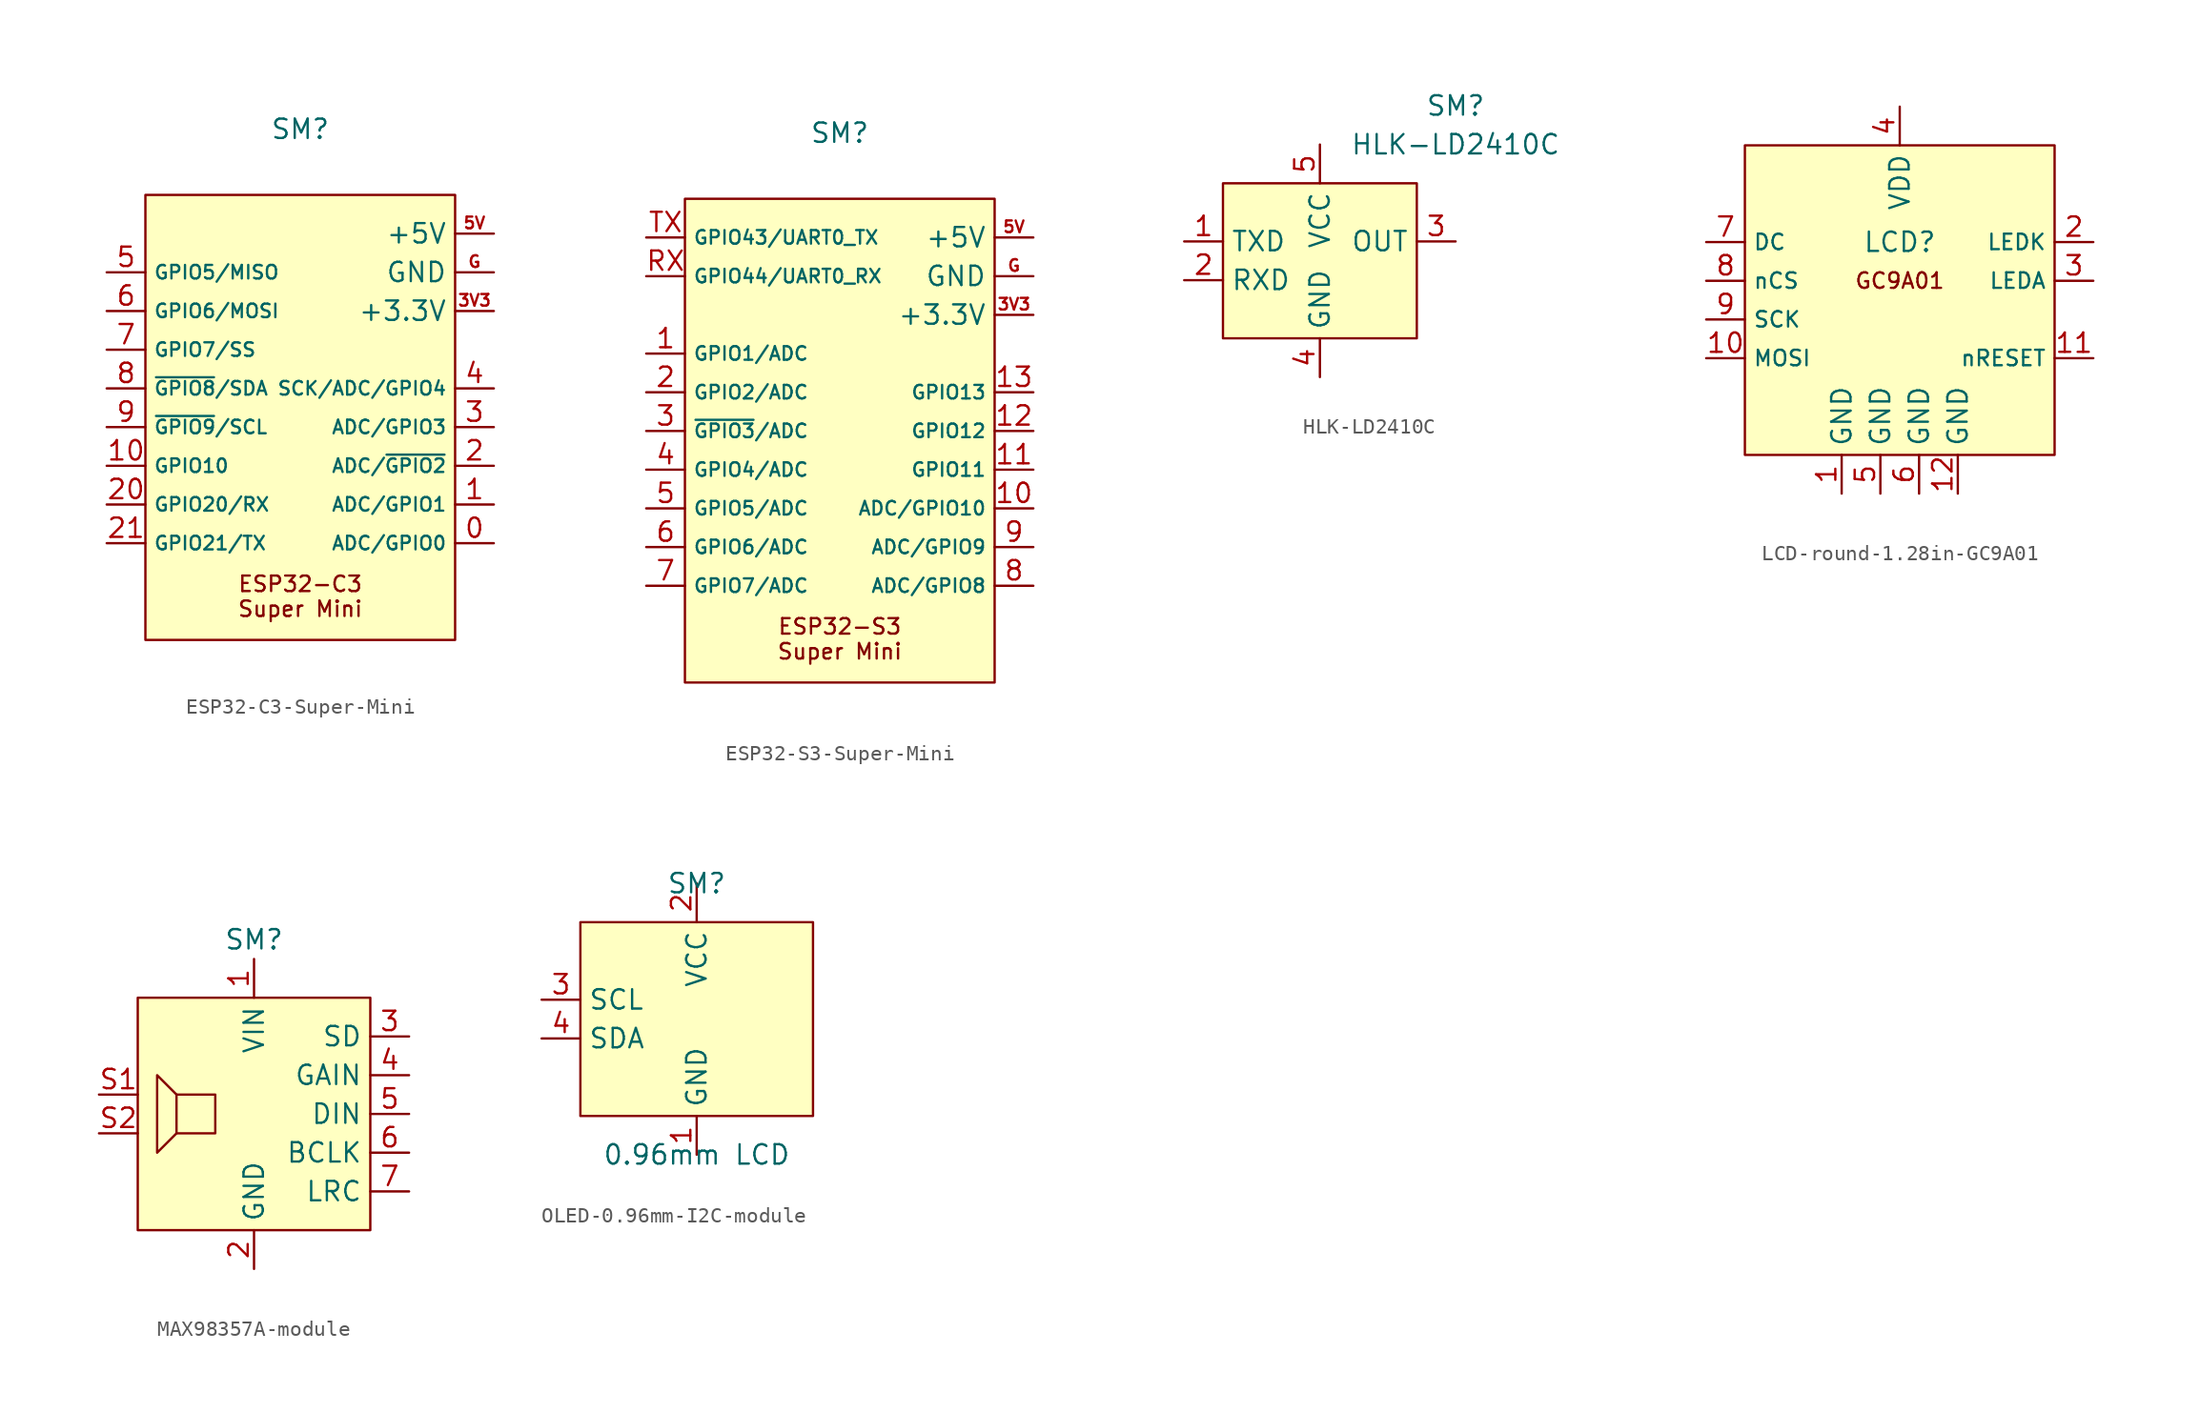
<source format=kicad_sym>
(kicad_symbol_lib
  (version 20231120)
  (generator "kicad_symbol_editor")
  (generator_version "8.0")
  (symbol "ESP32-C3-Super-Mini"
    (property "Reference" "SM"
      (at 0 18.288 0)
      (effects (font (size 1.27 1.27))))
    (property "Value" ""
      (at 0 13.97 0)
      (effects (font (size 1.27 1.27))))
    (symbol "ESP32-C3-Super-Mini_0_1"
      (rectangle (start -10.16 13.97) (end 10.16 -15.24) (stroke (width 0) (type default)) (fill (type background))))
    (symbol "ESP32-C3-Super-Mini_1_1"
      (text_box "ESP32-C3\nSuper Mini" (at -7.62 -10.16 0) (size 15.24 -5.08) (stroke (width -0.0001) (type default)) (fill (type none)) (effects (font (size 1.016 1.016)) (justify top)))
      (pin passive line (at 12.7 -8.89 180) (length 2.54) (name "ADC/GPIO0" (effects (font (size 0.889 0.889)))) (number "0" (effects (font (size 1.27 1.27)))))
      (pin passive line (at 12.7 -6.35 180) (length 2.54) (name "ADC/GPIO1" (effects (font (size 0.889 0.889)))) (number "1" (effects (font (size 1.27 1.27)))))
      (pin passive line (at -12.7 -3.81 0) (length 2.54) (name "GPIO10" (effects (font (size 0.889 0.889)))) (number "10" (effects (font (size 1.27 1.27)))))
      (pin passive line (at 12.7 -3.81 180) (length 2.54) (name "ADC/~{GPIO2}" (effects (font (size 0.889 0.889)))) (number "2" (effects (font (size 1.27 1.27)))))
      (pin passive line (at -12.7 -6.35 0) (length 2.54) (name "GPIO20/RX" (effects (font (size 0.889 0.889)))) (number "20" (effects (font (size 1.27 1.27)))))
      (pin passive line (at -12.7 -8.89 0) (length 2.54) (name "GPIO21/TX" (effects (font (size 0.889 0.889)))) (number "21" (effects (font (size 1.27 1.27)))))
      (pin passive line (at 12.7 -1.27 180) (length 2.54) (name "ADC/GPIO3" (effects (font (size 0.889 0.889)))) (number "3" (effects (font (size 1.27 1.27)))))
      (pin power_in line (at 12.7 6.35 180) (length 2.54) (name "+3.3V" (effects (font (size 1.27 1.27)))) (number "3V3" (effects (font (size 0.762 0.762)))))
      (pin passive line (at 12.7 1.27 180) (length 2.54) (name "SCK/ADC/GPIO4" (effects (font (size 0.889 0.889)))) (number "4" (effects (font (size 1.27 1.27)))))
      (pin passive line (at -12.7 8.89 0) (length 2.54) (name "GPIO5/MISO" (effects (font (size 0.889 0.889)))) (number "5" (effects (font (size 1.27 1.27)))))
      (pin power_in line (at 12.7 11.43 180) (length 2.54) (name "+5V" (effects (font (size 1.27 1.27)))) (number "5V" (effects (font (size 0.762 0.762)))))
      (pin passive line (at -12.7 6.35 0) (length 2.54) (name "GPIO6/MOSI" (effects (font (size 0.889 0.889)))) (number "6" (effects (font (size 1.27 1.27)))))
      (pin passive line (at -12.7 3.81 0) (length 2.54) (name "GPIO7/SS" (effects (font (size 0.889 0.889)))) (number "7" (effects (font (size 1.27 1.27)))))
      (pin passive line (at -12.7 1.27 0) (length 2.54) (name "~{GPIO8}/SDA" (effects (font (size 0.889 0.889)))) (number "8" (effects (font (size 1.27 1.27)))))
      (pin passive line (at -12.7 -1.27 0) (length 2.54) (name "~{GPIO9}/SCL" (effects (font (size 0.889 0.889)))) (number "9" (effects (font (size 1.27 1.27)))))
      (pin power_in line (at 12.7 8.89 180) (length 2.54) (name "GND" (effects (font (size 1.27 1.27)))) (number "G" (effects (font (size 0.762 0.762)))))))
  (symbol "ESP32-S3-Super-Mini"
    (property "Reference" "SM"
      (at 0 18.288 0)
      (effects (font (size 1.27 1.27))))
    (property "Value" ""
      (at 0 13.97 0)
      (effects (font (size 1.27 1.27))))
    (symbol "ESP32-S3-Super-Mini_0_1"
      (rectangle (start -10.16 13.97) (end 10.16 -17.78) (stroke (width 0) (type default)) (fill (type background))))
    (symbol "ESP32-S3-Super-Mini_1_1"
      (text_box "ESP32-S3\nSuper Mini" (at -7.62 -12.7 0) (size 15.24 -5.08) (stroke (width -0.0001) (type default)) (fill (type none)) (effects (font (size 1.016 1.016)) (justify top)))
      (pin passive line (at -12.7 3.81 0) (length 2.54) (name "GPIO1/ADC" (effects (font (size 0.889 0.889)))) (number "1" (effects (font (size 1.27 1.27)))))
      (pin passive line (at 12.7 -6.35 180) (length 2.54) (name "ADC/GPIO10" (effects (font (size 0.889 0.889)))) (number "10" (effects (font (size 1.27 1.27)))))
      (pin passive line (at 12.7 -3.81 180) (length 2.54) (name "GPIO11" (effects (font (size 0.889 0.889)))) (number "11" (effects (font (size 1.27 1.27)))))
      (pin passive line (at 12.7 -1.27 180) (length 2.54) (name "GPIO12" (effects (font (size 0.889 0.889)))) (number "12" (effects (font (size 1.27 1.27)))))
      (pin passive line (at 12.7 1.27 180) (length 2.54) (name "GPIO13" (effects (font (size 0.889 0.889)))) (number "13" (effects (font (size 1.27 1.27)))))
      (pin passive line (at -12.7 1.27 0) (length 2.54) (name "GPIO2/ADC" (effects (font (size 0.889 0.889)))) (number "2" (effects (font (size 1.27 1.27)))))
      (pin passive line (at -12.7 -1.27 0) (length 2.54) (name "~{GPIO3}/ADC" (effects (font (size 0.889 0.889)))) (number "3" (effects (font (size 1.27 1.27)))))
      (pin power_in line (at 12.7 6.35 180) (length 2.54) (name "+3.3V" (effects (font (size 1.27 1.27)))) (number "3V3" (effects (font (size 0.762 0.762)))))
      (pin passive line (at -12.7 -3.81 0) (length 2.54) (name "GPIO4/ADC" (effects (font (size 0.889 0.889)))) (number "4" (effects (font (size 1.27 1.27)))))
      (pin passive line (at -12.7 -6.35 0) (length 2.54) (name "GPIO5/ADC" (effects (font (size 0.889 0.889)))) (number "5" (effects (font (size 1.27 1.27)))))
      (pin power_in line (at 12.7 11.43 180) (length 2.54) (name "+5V" (effects (font (size 1.27 1.27)))) (number "5V" (effects (font (size 0.762 0.762)))))
      (pin passive line (at -12.7 -8.89 0) (length 2.54) (name "GPIO6/ADC" (effects (font (size 0.889 0.889)))) (number "6" (effects (font (size 1.27 1.27)))))
      (pin passive line (at -12.7 -11.43 0) (length 2.54) (name "GPIO7/ADC" (effects (font (size 0.889 0.889)))) (number "7" (effects (font (size 1.27 1.27)))))
      (pin passive line (at 12.7 -11.43 180) (length 2.54) (name "ADC/GPIO8" (effects (font (size 0.889 0.889)))) (number "8" (effects (font (size 1.27 1.27)))))
      (pin passive line (at 12.7 -8.89 180) (length 2.54) (name "ADC/GPIO9" (effects (font (size 0.889 0.889)))) (number "9" (effects (font (size 1.27 1.27)))))
      (pin power_in line (at 12.7 8.89 180) (length 2.54) (name "GND" (effects (font (size 1.27 1.27)))) (number "G" (effects (font (size 0.762 0.762)))))
      (pin passive line (at -12.7 8.89 0) (length 2.54) (name "GPIO44/UART0_RX" (effects (font (size 0.889 0.889)))) (number "RX" (effects (font (size 1.27 1.27)))))
      (pin passive line (at -12.7 11.43 0) (length 2.54) (name "GPIO43/UART0_TX" (effects (font (size 0.889 0.889)))) (number "TX" (effects (font (size 1.27 1.27)))))))
  (symbol "HLK-LD2410C"
    (property "Reference" "SM"
      (at 8.89 10.16 0)
      (effects (font (size 1.27 1.27))))
    (property "Value" "HLK-LD2410C"
      (at 8.89 7.62 0)
      (effects (font (size 1.27 1.27))))
    (symbol "HLK-LD2410C_0_1"
      (rectangle (start -6.35 5.08) (end 6.35 -5.08) (stroke (width 0) (type default)) (fill (type background))))
    (symbol "HLK-LD2410C_1_1"
      (pin output line (at -8.89 1.27 0) (length 2.54) (name "TXD" (effects (font (size 1.27 1.27)))) (number "1" (effects (font (size 1.27 1.27)))))
      (pin input line (at -8.89 -1.27 0) (length 2.54) (name "RXD" (effects (font (size 1.27 1.27)))) (number "2" (effects (font (size 1.27 1.27)))))
      (pin output line (at 8.89 1.27 180) (length 2.54) (name "OUT" (effects (font (size 1.27 1.27)))) (number "3" (effects (font (size 1.27 1.27)))))
      (pin power_in line (at 0 -7.62 90) (length 2.54) (name "GND" (effects (font (size 1.27 1.27)))) (number "4" (effects (font (size 1.27 1.27)))))
      (pin power_in line (at 0 7.62 270) (length 2.54) (name "VCC" (effects (font (size 1.27 1.27)))) (number "5" (effects (font (size 1.27 1.27)))))))
  (symbol "LCD-round-1.28in-GC9A01"
    (property "Reference" "LCD"
      (at 0 3.81 0)
      (effects (font (size 1.27 1.27))))
    (symbol "LCD-round-1.28in-GC9A01_1_1"
      (rectangle (start -10.16 10.16) (end 10.16 -10.16) (stroke (width 0) (type default)) (fill (type background)))
      (text "GC9A01" (at 0 1.27 0) (effects (font (size 1.016 1.016))))
      (pin power_in line (at -3.81 -12.7 90) (length 2.54) (name "GND" (effects (font (size 1.27 1.27)))) (number "1" (effects (font (size 1.27 1.27)))))
      (pin bidirectional line (at -12.7 -3.81 0) (length 2.54) (name "MOSI" (effects (font (size 1.016 1.016)))) (number "10" (effects (font (size 1.27 1.27)))))
      (pin input line (at 12.7 -3.81 180) (length 2.54) (name "nRESET" (effects (font (size 1.016 1.016)))) (number "11" (effects (font (size 1.27 1.27)))))
      (pin passive line (at 3.81 -12.7 90) (length 2.54) (name "GND" (effects (font (size 1.27 1.27)))) (number "12" (effects (font (size 1.27 1.27)))))
      (pin input line (at 12.7 3.81 180) (length 2.54) (name "LEDK" (effects (font (size 1.016 1.016)))) (number "2" (effects (font (size 1.27 1.27)))))
      (pin input line (at 12.7 1.27 180) (length 2.54) (name "LEDA" (effects (font (size 1.016 1.016)))) (number "3" (effects (font (size 1.27 1.27)))))
      (pin power_in line (at 0 12.7 270) (length 2.54) (name "VDD" (effects (font (size 1.27 1.27)))) (number "4" (effects (font (size 1.27 1.27)))))
      (pin passive line (at -1.27 -12.7 90) (length 2.54) (name "GND" (effects (font (size 1.27 1.27)))) (number "5" (effects (font (size 1.27 1.27)))))
      (pin passive line (at 1.27 -12.7 90) (length 2.54) (name "GND" (effects (font (size 1.27 1.27)))) (number "6" (effects (font (size 1.27 1.27)))))
      (pin input line (at -12.7 3.81 0) (length 2.54) (name "DC" (effects (font (size 1.016 1.016)))) (number "7" (effects (font (size 1.27 1.27)))))
      (pin input line (at -12.7 1.27 0) (length 2.54) (name "nCS" (effects (font (size 1.016 1.016)))) (number "8" (effects (font (size 1.27 1.27)))))
      (pin input line (at -12.7 -1.27 0) (length 2.54) (name "SCK" (effects (font (size 1.016 1.016)))) (number "9" (effects (font (size 1.27 1.27)))))))
  (symbol "MAX98357A-module"
    (property "Reference" "SM"
      (at 0 11.43 0)
      (effects (font (size 1.27 1.27))))
    (property "Value" ""
      (at -1.27 15.24 0)
      (effects (font (size 1.27 1.27))))
    (symbol "MAX98357A-module_0_1"
      (rectangle (start -7.62 7.62) (end 7.62 -7.62) (stroke (width 0) (type default)) (fill (type background)))
      (polyline (pts (xy -5.08 1.27) (xy -2.54 1.27) (xy -2.54 -1.27) (xy -5.08 -1.27)) (stroke (width 0) (type default)) (fill (type none)))
      (polyline (pts (xy -6.35 -2.54) (xy -6.35 2.54) (xy -5.08 1.27) (xy -5.08 -1.27) (xy -6.35 -2.54)) (stroke (width 0) (type default)) (fill (type none))))
    (symbol "MAX98357A-module_1_1"
      (pin power_in line (at 0 10.16 270) (length 2.54) (name "VIN" (effects (font (size 1.27 1.27)))) (number "1" (effects (font (size 1.27 1.27)))))
      (pin power_in line (at 0 -10.16 90) (length 2.54) (name "GND" (effects (font (size 1.27 1.27)))) (number "2" (effects (font (size 1.27 1.27)))))
      (pin passive line (at 10.16 5.08 180) (length 2.54) (name "SD" (effects (font (size 1.27 1.27)))) (number "3" (effects (font (size 1.27 1.27)))))
      (pin passive line (at 10.16 2.54 180) (length 2.54) (name "GAIN" (effects (font (size 1.27 1.27)))) (number "4" (effects (font (size 1.27 1.27)))))
      (pin passive line (at 10.16 0 180) (length 2.54) (name "DIN" (effects (font (size 1.27 1.27)))) (number "5" (effects (font (size 1.27 1.27)))))
      (pin passive line (at 10.16 -2.54 180) (length 2.54) (name "BCLK" (effects (font (size 1.27 1.27)))) (number "6" (effects (font (size 1.27 1.27)))))
      (pin passive line (at 10.16 -5.08 180) (length 2.54) (name "LRC" (effects (font (size 1.27 1.27)))) (number "7" (effects (font (size 1.27 1.27)))))
      (pin passive line (at -10.16 1.27 0) (length 2.54) (name "" (effects (font (size 1.27 1.27)))) (number "S1" (effects (font (size 1.27 1.27)))))
      (pin passive line (at -10.16 -1.27 0) (length 2.54) (name "" (effects (font (size 1.27 1.27)))) (number "S2" (effects (font (size 1.27 1.27)))))))
  (symbol "OLED-0.96mm-I2C-module"
    (property "Reference" "SM"
      (at 0 8.89 0)
      (effects (font (size 1.27 1.27))))
    (property "Value" "0.96mm LCD"
      (at 0 -8.89 0)
      (effects (font (size 1.27 1.27))))
    (symbol "OLED-0.96mm-I2C-module_0_1"
      (rectangle (start -7.62 6.35) (end 7.62 -6.35) (stroke (width 0) (type default)) (fill (type background)))
      (pin power_in line (at 0 -8.89 90) (length 2.54) (name "GND" (effects (font (size 1.27 1.27)))) (number "1" (effects (font (size 1.27 1.27)))))
      (pin power_in line (at 0 8.89 270) (length 2.54) (name "VCC" (effects (font (size 1.27 1.27)))) (number "2" (effects (font (size 1.27 1.27)))))
      (pin passive line (at -10.16 1.27 0) (length 2.54) (name "SCL" (effects (font (size 1.27 1.27)))) (number "3" (effects (font (size 1.27 1.27)))))
      (pin passive line (at -10.16 -1.27 0) (length 2.54) (name "SDA" (effects (font (size 1.27 1.27)))) (number "4" (effects (font (size 1.27 1.27))))))))
</source>
